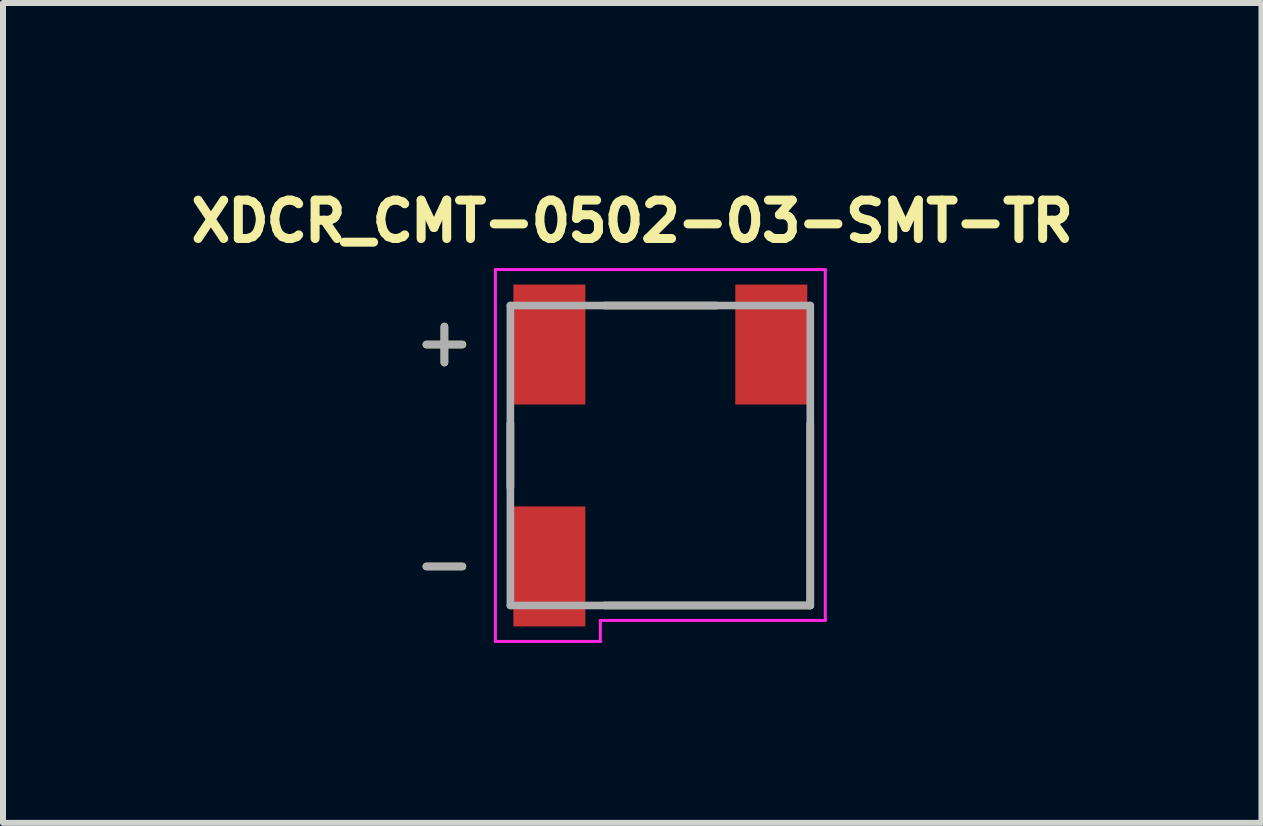
<source format=kicad_pcb>
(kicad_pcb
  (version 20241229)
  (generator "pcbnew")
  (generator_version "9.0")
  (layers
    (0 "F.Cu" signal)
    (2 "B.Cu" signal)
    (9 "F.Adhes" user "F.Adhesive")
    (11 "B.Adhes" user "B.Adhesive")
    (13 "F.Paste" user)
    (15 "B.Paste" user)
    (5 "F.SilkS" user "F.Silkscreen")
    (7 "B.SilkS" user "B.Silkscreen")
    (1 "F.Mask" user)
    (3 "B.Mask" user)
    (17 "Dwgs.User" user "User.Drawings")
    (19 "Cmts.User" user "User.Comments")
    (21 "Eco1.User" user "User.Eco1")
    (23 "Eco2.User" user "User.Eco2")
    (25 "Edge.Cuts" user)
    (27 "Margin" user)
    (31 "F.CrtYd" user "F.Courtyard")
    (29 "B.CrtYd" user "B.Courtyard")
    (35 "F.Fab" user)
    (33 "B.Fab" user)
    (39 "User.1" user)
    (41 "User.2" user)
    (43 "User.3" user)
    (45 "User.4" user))
  (footprint "XDCR_CMT-0502-03-SMT-TR"
    (layer "F.Cu")
    (at 7.959 4.544)
    (property "Reference" "XDCR_CMT-0502-03-SMT-TR" (at -0.468 -3.906 0) (layer "F.SilkS") (effects (font (size 0.64 0.64) (thickness 0.15))))
    (attr smd)
    (fp_line (start -3.6 -2.15) (end -3.6 -1.55) (stroke (width 0.127) (type solid)) (layer "F.SilkS"))
    (fp_line (start -3.3 -1.85) (end -3.9 -1.85) (stroke (width 0.127) (type solid)) (layer "F.SilkS"))
    (fp_line (start -3.3 1.85) (end -3.9 1.85) (stroke (width 0.127) (type solid)) (layer "F.SilkS"))
    (fp_line (start -2.5 -0.53) (end -2.5 0.53) (stroke (width 0.127) (type solid)) (layer "F.SilkS"))
    (fp_line (start -0.93 -2.5) (end 0.93 -2.5) (stroke (width 0.127) (type solid)) (layer "F.SilkS"))
    (fp_line (start 2.5 -0.53) (end 2.5 2.5) (stroke (width 0.127) (type solid)) (layer "F.SilkS"))
    (fp_line (start 2.5 2.5) (end -0.93 2.5) (stroke (width 0.127) (type solid)) (layer "F.SilkS"))
    (fp_line (start -2.75 -3.1) (end 2.75 -3.1) (stroke (width 0.05) (type solid)) (layer "F.CrtYd"))
    (fp_line (start -2.75 3.1) (end -2.75 -3.1) (stroke (width 0.05) (type solid)) (layer "F.CrtYd"))
    (fp_line (start -1 2.75) (end -1 3.1) (stroke (width 0.05) (type solid)) (layer "F.CrtYd"))
    (fp_line (start -1 3.1) (end -2.75 3.1) (stroke (width 0.05) (type solid)) (layer "F.CrtYd"))
    (fp_line (start 2.75 -3.1) (end 2.75 2.75) (stroke (width 0.05) (type solid)) (layer "F.CrtYd"))
    (fp_line (start 2.75 2.75) (end -1 2.75) (stroke (width 0.05) (type solid)) (layer "F.CrtYd"))
    (fp_line (start -3.9 -1.85) (end -3.3 -1.85) (stroke (width 0.127) (type solid)) (layer "F.Fab"))
    (fp_line (start -3.9 1.85) (end -3.3 1.85) (stroke (width 0.127) (type solid)) (layer "F.Fab"))
    (fp_line (start -3.6 -2.15) (end -3.6 -1.55) (stroke (width 0.127) (type solid)) (layer "F.Fab"))
    (fp_line (start -2.5 -2.5) (end 2.5 -2.5) (stroke (width 0.127) (type solid)) (layer "F.Fab"))
    (fp_line (start -2.5 2.5) (end -2.5 -2.5) (stroke (width 0.127) (type solid)) (layer "F.Fab"))
    (fp_line (start 2.5 -2.5) (end 2.5 2.5) (stroke (width 0.127) (type solid)) (layer "F.Fab"))
    (fp_line (start 2.5 2.5) (end -2.5 2.5) (stroke (width 0.127) (type solid)) (layer "F.Fab"))
    (pad "1" smd rect (at -1.85 -1.85) (size 1.2 2) (layers "F.Cu" "F.Mask" "F.Paste"))
    (pad "2" smd rect (at -1.85 1.85) (size 1.2 2) (layers "F.Cu" "F.Mask" "F.Paste"))
    (pad "NC" smd rect (at 1.85 -1.85) (size 1.2 2) (layers "F.Cu" "F.Mask" "F.Paste")))
  (gr_rect
    (start -3 -3)
    (end 17.981 10.669)
    (stroke (width 0.1) (type default))
    (fill no)
    (layer "Edge.Cuts")))
</source>
